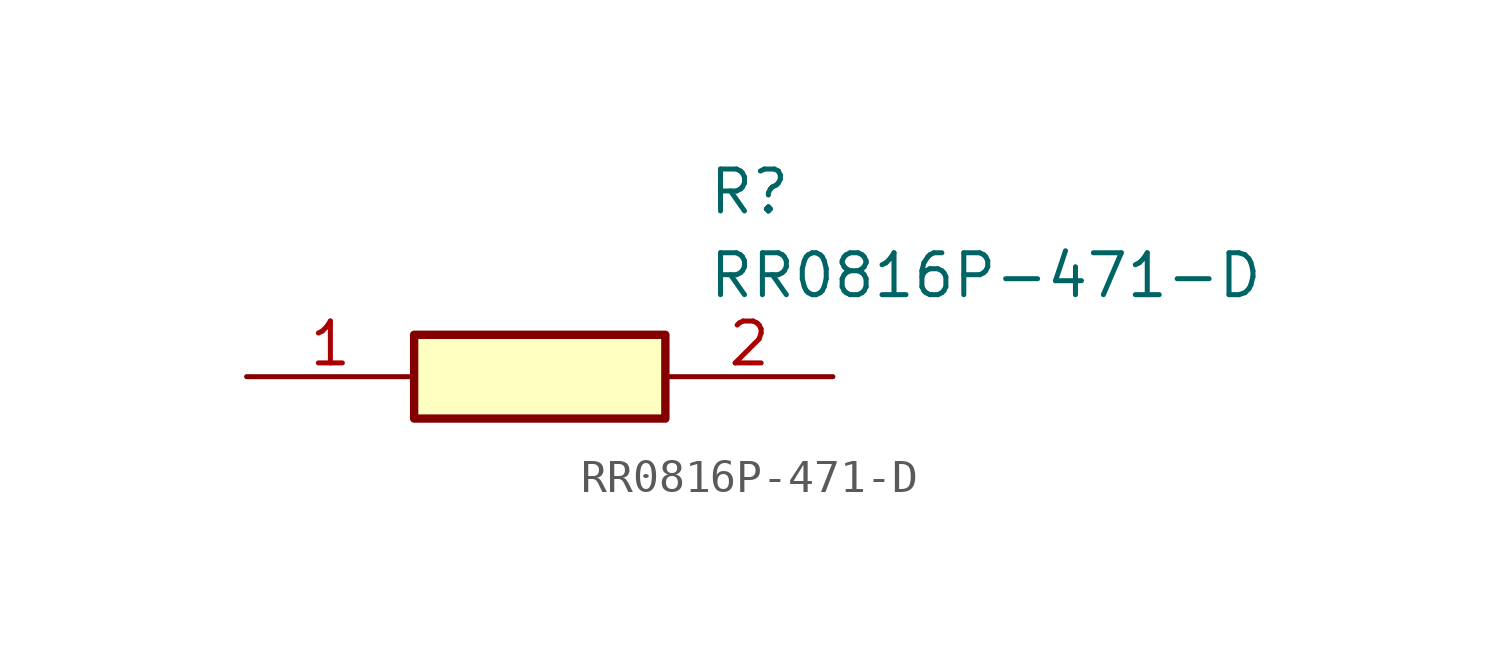
<source format=kicad_sym>
(kicad_symbol_lib
  (version 20211014)
  (generator SamacSys_ECAD_Model)
  (symbol "RR0816P-471-D"
    (pin_names hide)
    (property "Reference" "R"
      (at 13.97 6.35 0)
      (effects (font (size 1.27 1.27)) (justify left top)))
    (property "Value" "RR0816P-471-D"
      (at 13.97 3.81 0)
      (effects (font (size 1.27 1.27)) (justify left top)))
    (rectangle
      (start 5.08 1.27)
      (end 12.7 -1.27)
      (stroke (width 0.254) (type default))
      (fill (type background)))
    (pin passive line
      (at 0 0 0)
      (length 5.08)
      (name "R1" (effects (font (size 1.27 1.27))))
      (number "1" (effects (font (size 1.27 1.27)))))
    (pin passive line
      (at 17.78 0 180)
      (length 5.08)
      (name "R2" (effects (font (size 1.27 1.27))))
      (number "2" (effects (font (size 1.27 1.27)))))))
</source>
